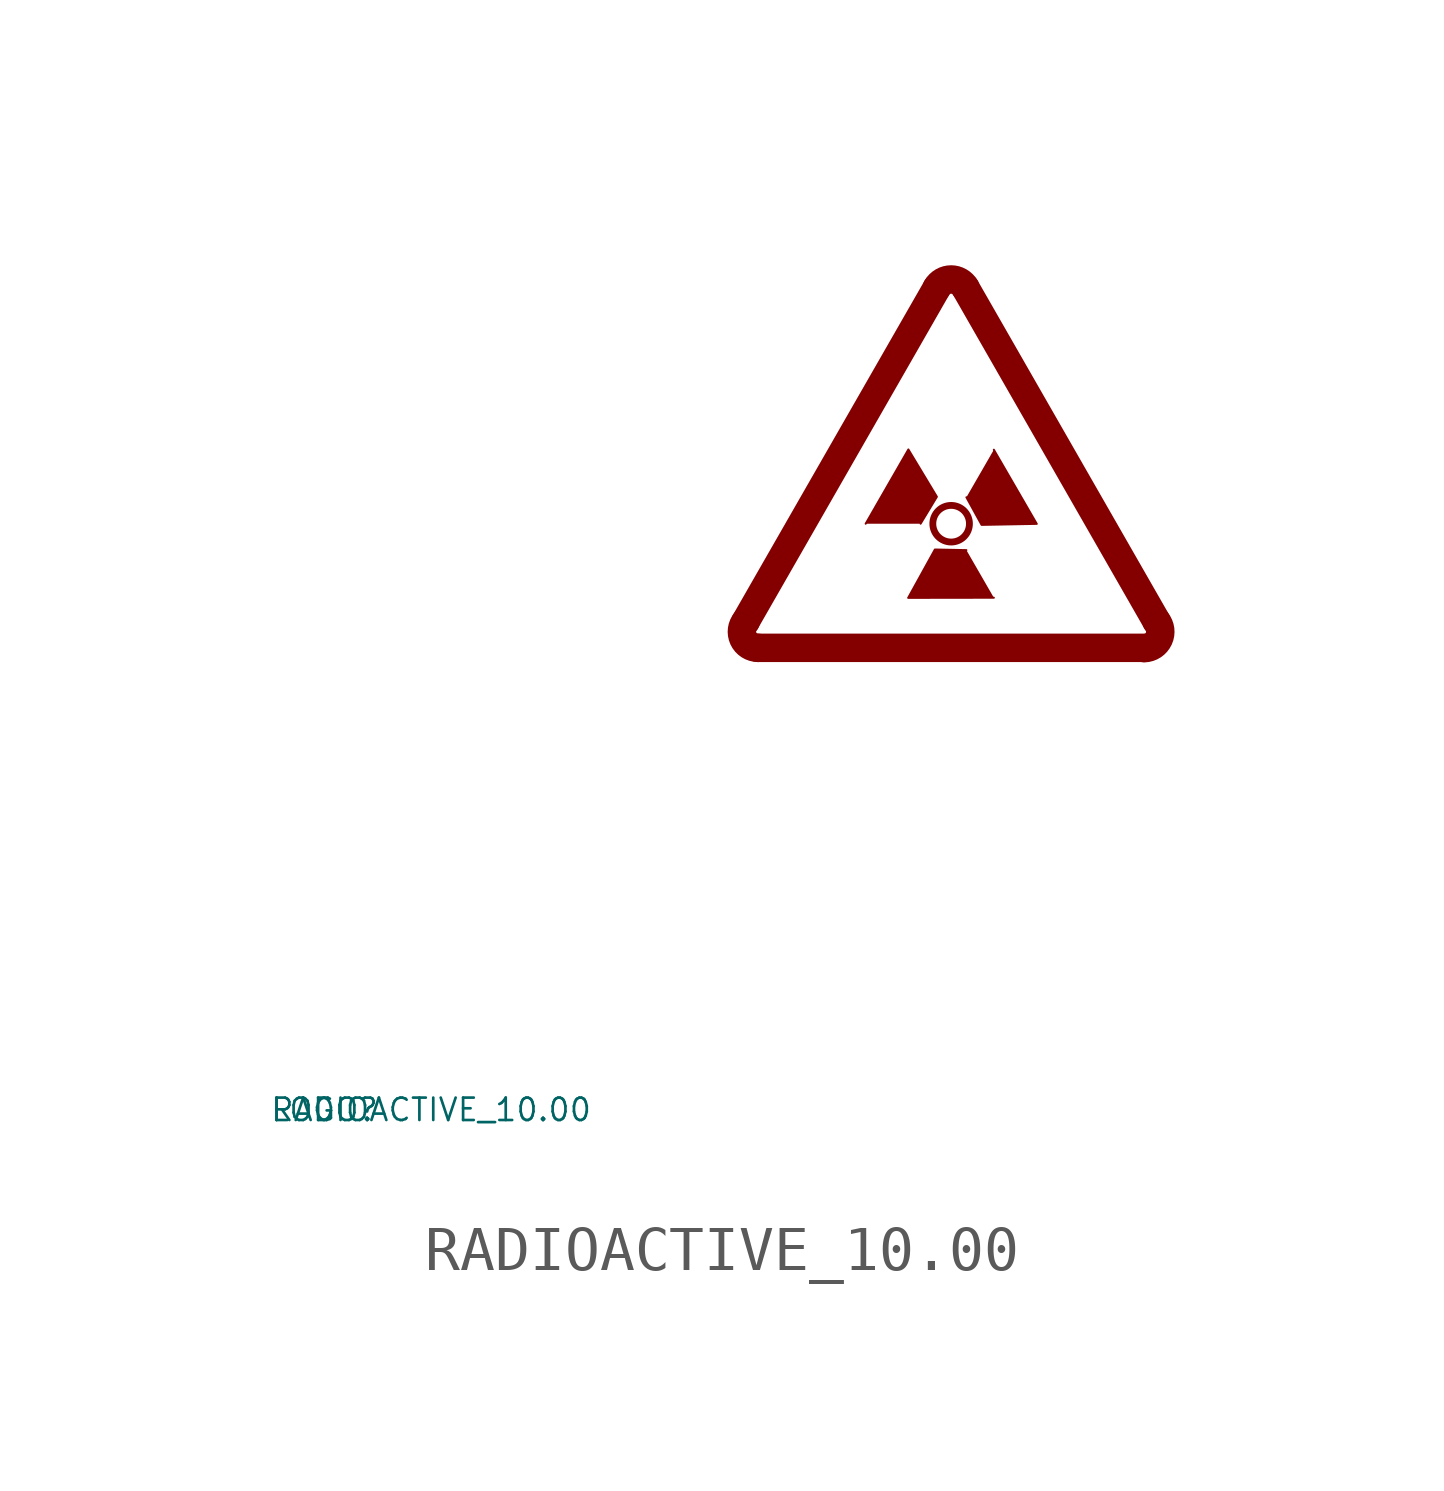
<source format=kicad_sym>
(kicad_symbol_lib
  (version 20220914)
  (generator Eagle2Kicad)
  (symbol "RADIOACTIVE_10.00"
    (property "Reference" "LOGO"
      (at -10 -10 0)
      (effects (font (size 0.5 0.5) (thickness 0.06)) (justify left)))
    (property "Value" "RADIOACTIVE_10.00"
      (at -10 -10 0)
      (effects (font (size 0.5 0.5) (thickness 0.06)) (justify left)))
    (polyline
      (pts (xy 3.317 3.09) (xy 4.271 4.749) (xy 4.908 3.692) (xy 4.544 3.09))
      (stroke (width 0.045) (type default))
      (fill (type outline)))
    (polyline
      (pts (xy 6.18 1.437) (xy 4.266 1.434) (xy 4.863 2.514) (xy 5.567 2.5))
      (stroke (width 0.045) (type default))
      (fill (type outline)))
    (polyline
      (pts (xy 6.18 4.743) (xy 7.139 3.087) (xy 5.906 3.064) (xy 5.567 3.68))
      (stroke (width 0.045) (type default))
      (fill (type outline)))
    (polyline
      (pts (xy 0.909 0.318) (xy 9.543 0.318))
      (stroke (width 0.636) (type default))
      (fill (type none)))
    (arc
      (start 9.5427 0.3181)
      (mid 9.868 0.526)
      (end 9.8153 0.9088)
      (stroke (width 0.6362) (type default))
      (fill (type none)))
    (polyline
      (pts (xy 9.815 0.909) (xy 5.544 8.361))
      (stroke (width 0.636) (type default))
      (fill (type none)))
    (arc
      (start 5.5438 8.3612)
      (mid 5.226 8.545)
      (end 4.9077 8.3612)
      (stroke (width 0.6362) (type default))
      (fill (type none)))
    (arc
      (start 0.6362 0.9088)
      (mid 0.584 0.526)
      (end 0.9088 0.3181)
      (stroke (width 0.6362) (type default))
      (fill (type none)))
    (polyline
      (pts (xy 0.636 0.909) (xy 4.908 8.361))
      (stroke (width 0.636) (type default))
      (fill (type none)))
    (circle
      (center 5.226 3.09)
      (radius 0.409)
      (stroke (width 0) (type default))
      (fill (type none)))))
</source>
